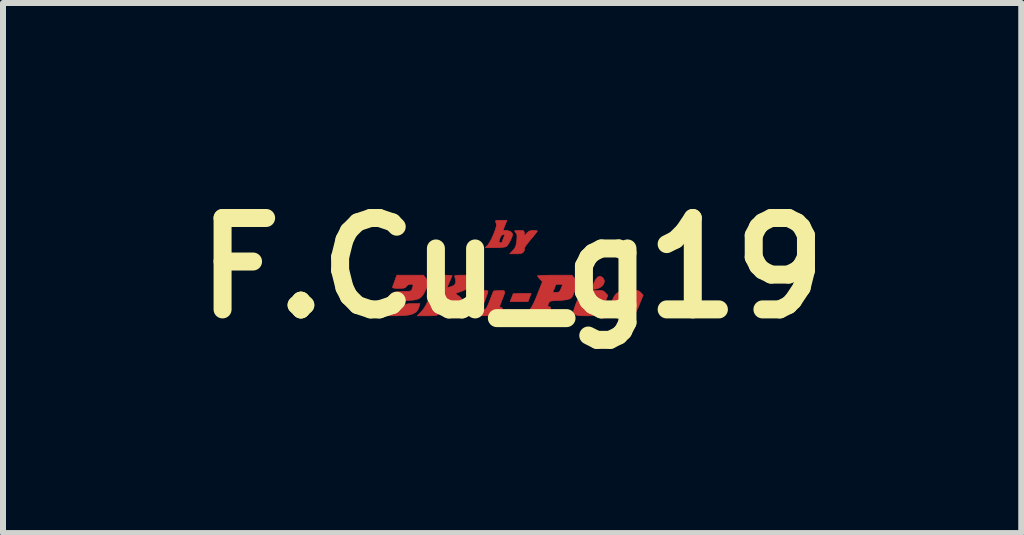
<source format=kicad_pcb>
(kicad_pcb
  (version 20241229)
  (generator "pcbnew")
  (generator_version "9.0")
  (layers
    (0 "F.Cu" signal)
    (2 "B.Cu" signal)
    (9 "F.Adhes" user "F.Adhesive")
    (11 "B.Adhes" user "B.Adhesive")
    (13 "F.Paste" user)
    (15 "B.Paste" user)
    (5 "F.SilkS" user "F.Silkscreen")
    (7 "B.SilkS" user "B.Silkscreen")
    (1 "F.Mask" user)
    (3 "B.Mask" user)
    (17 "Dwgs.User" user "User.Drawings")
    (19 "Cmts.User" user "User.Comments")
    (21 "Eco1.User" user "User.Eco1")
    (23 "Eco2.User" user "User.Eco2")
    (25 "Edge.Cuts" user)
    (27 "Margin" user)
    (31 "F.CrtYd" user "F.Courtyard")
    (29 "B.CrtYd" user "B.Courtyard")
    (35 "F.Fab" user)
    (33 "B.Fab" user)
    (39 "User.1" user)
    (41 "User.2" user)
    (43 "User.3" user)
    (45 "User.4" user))
  (footprint "F.Cu_g19"
    (layer "F.Cu")
    (at 5.486 1.418)
    (property "Reference" "F.Cu_g19" (at 0 0 0) (layer "F.SilkS") (effects (font (size 1.524 1.524) (thickness 0.3))))
    (attr through_hole)
    (fp_poly (pts (xy 0.292 0.491) (xy 0.266 0.559) (xy -0.034 0.559) (xy -0.009 0.497) (xy 0.008 0.457) (xy 0.016 0.432) (xy 0.017 0.43) (xy 0.033 0.427) (xy 0.075 0.425) (xy 0.135 0.423) (xy 0.168 0.423) (xy 0.319 0.423) (xy 0.292 0.491)) (stroke (width 0.01) (type solid)) (fill yes) (layer "F.Cu"))
    (fp_poly (pts (xy 1.512 0.16) (xy 1.514 0.162) (xy 1.538 0.205) (xy 1.533 0.252) (xy 1.505 0.296) (xy 1.456 0.331) (xy 1.393 0.35) (xy 1.392 0.35) (xy 1.319 0.36) (xy 1.355 0.269) (xy 1.392 0.191) (xy 1.431 0.147) (xy 1.471 0.137) (xy 1.512 0.16)) (stroke (width 0.01) (type solid)) (fill yes) (layer "F.Cu"))
    (fp_poly (pts (xy 0.396 -0.625) (xy 0.421 -0.62) (xy 0.423 -0.618) (xy 0.413 -0.602) (xy 0.385 -0.566) (xy 0.344 -0.516) (xy 0.305 -0.47) (xy 0.259 -0.413) (xy 0.224 -0.365) (xy 0.205 -0.333) (xy 0.203 -0.322) (xy 0.207 -0.302) (xy 0.194 -0.274) (xy 0.173 -0.253) (xy 0.144 -0.242) (xy 0.096 -0.237) (xy 0.063 -0.237) (xy -0.041 -0.237) (xy 0.012 -0.292) (xy 0.045 -0.332) (xy 0.064 -0.376) (xy 0.075 -0.437) (xy 0.077 -0.453) (xy 0.082 -0.516) (xy 0.08 -0.555) (xy 0.068 -0.582) (xy 0.059 -0.593) (xy 0.043 -0.613) (xy 0.045 -0.623) (xy 0.07 -0.626) (xy 0.116 -0.627) (xy 0.167 -0.625) (xy 0.193 -0.619) (xy 0.202 -0.602) (xy 0.204 -0.58) (xy 0.204 -0.533) (xy 0.243 -0.58) (xy 0.277 -0.612) (xy 0.319 -0.625) (xy 0.352 -0.627) (xy 0.396 -0.625)) (stroke (width 0.01) (type solid)) (fill yes) (layer "F.Cu"))
    (fp_poly (pts (xy -0.119 -0.711) (xy -0.152 -0.627) (xy -0.096 -0.627) (xy -0.042 -0.616) (xy -0.01 -0.595) (xy 0.005 -0.575) (xy 0.008 -0.554) (xy -0.001 -0.522) (xy -0.023 -0.469) (xy -0.051 -0.416) (xy -0.08 -0.374) (xy -0.099 -0.357) (xy -0.131 -0.349) (xy -0.186 -0.343) (xy -0.256 -0.339) (xy -0.29 -0.339) (xy -0.447 -0.339) (xy -0.404 -0.385) (xy -0.378 -0.423) (xy -0.373 -0.432) (xy -0.218 -0.432) (xy -0.206 -0.424) (xy -0.195 -0.423) (xy -0.172 -0.427) (xy -0.169 -0.43) (xy -0.163 -0.448) (xy -0.149 -0.485) (xy -0.144 -0.497) (xy -0.129 -0.537) (xy -0.128 -0.554) (xy -0.143 -0.559) (xy -0.149 -0.559) (xy -0.178 -0.543) (xy -0.2 -0.503) (xy -0.215 -0.456) (xy -0.218 -0.432) (xy -0.373 -0.432) (xy -0.346 -0.481) (xy -0.314 -0.55) (xy -0.305 -0.572) (xy -0.278 -0.644) (xy -0.264 -0.692) (xy -0.261 -0.725) (xy -0.267 -0.751) (xy -0.268 -0.754) (xy -0.277 -0.777) (xy -0.274 -0.79) (xy -0.251 -0.795) (xy -0.202 -0.796) (xy -0.186 -0.796) (xy -0.085 -0.796) (xy -0.119 -0.711)) (stroke (width 0.01) (type solid)) (fill yes) (layer "F.Cu"))
    (fp_poly (pts (xy 2.076 0.374) (xy 2.107 0.38) (xy 2.128 0.393) (xy 2.146 0.41) (xy 2.185 0.451) (xy 2.131 0.585) (xy 2.097 0.668) (xy 2.067 0.725) (xy 2.035 0.76) (xy 1.992 0.78) (xy 1.932 0.789) (xy 1.847 0.793) (xy 1.841 0.793) (xy 1.761 0.795) (xy 1.709 0.794) (xy 1.675 0.789) (xy 1.653 0.779) (xy 1.635 0.763) (xy 1.634 0.762) (xy 1.616 0.739) (xy 1.61 0.717) (xy 1.616 0.69) (xy 1.812 0.69) (xy 1.826 0.693) (xy 1.858 0.691) (xy 1.885 0.683) (xy 1.907 0.662) (xy 1.928 0.62) (xy 1.942 0.585) (xy 1.962 0.532) (xy 1.976 0.493) (xy 1.981 0.478) (xy 1.967 0.475) (xy 1.937 0.477) (xy 1.91 0.486) (xy 1.887 0.51) (xy 1.864 0.555) (xy 1.853 0.583) (xy 1.832 0.636) (xy 1.817 0.674) (xy 1.812 0.69) (xy 1.616 0.69) (xy 1.617 0.683) (xy 1.63 0.645) (xy 1.666 0.548) (xy 1.698 0.478) (xy 1.732 0.431) (xy 1.774 0.402) (xy 1.829 0.386) (xy 1.904 0.378) (xy 1.954 0.376) (xy 2.028 0.373) (xy 2.076 0.374)) (stroke (width 0.01) (type solid)) (fill yes) (layer "F.Cu"))
    (fp_poly (pts (xy -0.484 0.373) (xy -0.435 0.376) (xy -0.406 0.38) (xy -0.403 0.382) (xy -0.404 0.401) (xy -0.417 0.443) (xy -0.438 0.502) (xy -0.45 0.534) (xy -0.476 0.598) (xy -0.495 0.649) (xy -0.507 0.68) (xy -0.508 0.686) (xy -0.494 0.692) (xy -0.47 0.694) (xy -0.45 0.69) (xy -0.432 0.673) (xy -0.412 0.638) (xy -0.387 0.579) (xy -0.371 0.538) (xy -0.309 0.381) (xy -0.214 0.376) (xy -0.164 0.374) (xy -0.135 0.379) (xy -0.123 0.395) (xy -0.128 0.429) (xy -0.149 0.485) (xy -0.168 0.533) (xy -0.192 0.594) (xy -0.204 0.63) (xy -0.204 0.648) (xy -0.193 0.655) (xy -0.185 0.657) (xy -0.164 0.664) (xy -0.163 0.68) (xy -0.178 0.712) (xy -0.199 0.746) (xy -0.226 0.769) (xy -0.265 0.784) (xy -0.321 0.792) (xy -0.401 0.795) (xy -0.461 0.796) (xy -0.546 0.795) (xy -0.604 0.793) (xy -0.642 0.787) (xy -0.667 0.778) (xy -0.686 0.763) (xy -0.689 0.76) (xy -0.724 0.724) (xy -0.673 0.599) (xy -0.648 0.536) (xy -0.636 0.495) (xy -0.634 0.468) (xy -0.641 0.446) (xy -0.649 0.434) (xy -0.665 0.402) (xy -0.665 0.383) (xy -0.644 0.378) (xy -0.599 0.374) (xy -0.543 0.373) (xy -0.484 0.373)) (stroke (width 0.01) (type solid)) (fill yes) (layer "F.Cu"))
    (fp_poly (pts (xy 1.483 0.374) (xy 1.514 0.38) (xy 1.535 0.392) (xy 1.556 0.413) (xy 1.596 0.456) (xy 1.563 0.537) (xy 1.53 0.618) (xy 1.388 0.627) (xy 1.316 0.632) (xy 1.272 0.639) (xy 1.248 0.649) (xy 1.24 0.664) (xy 1.239 0.665) (xy 1.248 0.686) (xy 1.274 0.695) (xy 1.304 0.69) (xy 1.326 0.671) (xy 1.327 0.669) (xy 1.347 0.652) (xy 1.393 0.644) (xy 1.422 0.643) (xy 1.479 0.648) (xy 1.506 0.665) (xy 1.501 0.694) (xy 1.466 0.737) (xy 1.458 0.746) (xy 1.433 0.769) (xy 1.41 0.783) (xy 1.379 0.791) (xy 1.333 0.795) (xy 1.264 0.796) (xy 1.24 0.796) (xy 1.16 0.795) (xy 1.107 0.792) (xy 1.074 0.784) (xy 1.052 0.772) (xy 1.043 0.763) (xy 1.029 0.746) (xy 1.024 0.727) (xy 1.028 0.699) (xy 1.043 0.654) (xy 1.068 0.586) (xy 1.069 0.583) (xy 1.103 0.501) (xy 1.103 0.5) (xy 1.304 0.5) (xy 1.318 0.52) (xy 1.344 0.525) (xy 1.38 0.515) (xy 1.395 0.5) (xy 1.393 0.481) (xy 1.365 0.474) (xy 1.354 0.474) (xy 1.314 0.482) (xy 1.304 0.5) (xy 1.103 0.5) (xy 1.134 0.445) (xy 1.172 0.409) (xy 1.223 0.389) (xy 1.295 0.379) (xy 1.361 0.376) (xy 1.435 0.373) (xy 1.483 0.374)) (stroke (width 0.01) (type solid)) (fill yes) (layer "F.Cu"))
    (fp_poly (pts (xy 1.048 0.178) (xy 1.1 0.237) (xy 1.065 0.326) (xy 1.043 0.382) (xy 1.024 0.43) (xy 1.016 0.449) (xy 0.997 0.485) (xy 0.967 0.51) (xy 0.921 0.526) (xy 0.853 0.535) (xy 0.784 0.539) (xy 0.71 0.543) (xy 0.661 0.548) (xy 0.633 0.555) (xy 0.618 0.568) (xy 0.609 0.587) (xy 0.608 0.587) (xy 0.595 0.625) (xy 0.597 0.64) (xy 0.614 0.643) (xy 0.618 0.643) (xy 0.64 0.654) (xy 0.641 0.682) (xy 0.623 0.719) (xy 0.591 0.752) (xy 0.565 0.772) (xy 0.538 0.785) (xy 0.503 0.792) (xy 0.451 0.795) (xy 0.374 0.796) (xy 0.368 0.796) (xy 0.196 0.796) (xy 0.268 0.723) (xy 0.303 0.682) (xy 0.335 0.634) (xy 0.367 0.57) (xy 0.404 0.485) (xy 0.422 0.439) (xy 0.435 0.406) (xy 0.677 0.406) (xy 0.734 0.406) (xy 0.772 0.403) (xy 0.795 0.385) (xy 0.815 0.345) (xy 0.817 0.339) (xy 0.844 0.271) (xy 0.786 0.271) (xy 0.747 0.273) (xy 0.729 0.277) (xy 0.728 0.277) (xy 0.722 0.296) (xy 0.708 0.333) (xy 0.703 0.345) (xy 0.677 0.406) (xy 0.435 0.406) (xy 0.505 0.229) (xy 0.464 0.185) (xy 0.437 0.153) (xy 0.424 0.132) (xy 0.423 0.13) (xy 0.439 0.126) (xy 0.484 0.123) (xy 0.551 0.121) (xy 0.635 0.119) (xy 0.709 0.119) (xy 0.996 0.119) (xy 1.048 0.178)) (stroke (width 0.01) (type solid)) (fill yes) (layer "F.Cu"))
    (fp_poly (pts (xy -1.432 0.177) (xy -1.387 0.236) (xy -1.434 0.349) (xy -1.472 0.428) (xy -1.512 0.482) (xy -1.561 0.514) (xy -1.629 0.532) (xy -1.718 0.539) (xy -1.788 0.543) (xy -1.831 0.548) (xy -1.855 0.557) (xy -1.866 0.572) (xy -1.869 0.582) (xy -1.878 0.622) (xy -1.87 0.639) (xy -1.842 0.643) (xy -1.837 0.643) (xy -1.801 0.634) (xy -1.784 0.618) (xy -1.769 0.604) (xy -1.735 0.596) (xy -1.674 0.593) (xy -1.656 0.593) (xy -1.537 0.593) (xy -1.549 0.639) (xy -1.569 0.693) (xy -1.601 0.734) (xy -1.65 0.763) (xy -1.719 0.782) (xy -1.812 0.792) (xy -1.935 0.796) (xy -1.955 0.796) (xy -2.039 0.795) (xy -2.109 0.794) (xy -2.159 0.793) (xy -2.183 0.79) (xy -2.184 0.79) (xy -2.179 0.772) (xy -2.164 0.73) (xy -2.142 0.67) (xy -2.125 0.625) (xy -2.088 0.532) (xy -2.051 0.467) (xy -2.008 0.425) (xy -1.951 0.402) (xy -1.875 0.392) (xy -1.786 0.389) (xy -1.726 0.388) (xy -1.691 0.381) (xy -1.675 0.368) (xy -1.672 0.36) (xy -1.658 0.317) (xy -1.651 0.301) (xy -1.653 0.279) (xy -1.677 0.269) (xy -1.71 0.271) (xy -1.742 0.285) (xy -1.761 0.305) (xy -1.776 0.324) (xy -1.802 0.334) (xy -1.848 0.338) (xy -1.89 0.339) (xy -1.953 0.337) (xy -1.986 0.331) (xy -1.994 0.319) (xy -1.994 0.318) (xy -1.984 0.29) (xy -1.967 0.244) (xy -1.954 0.207) (xy -1.922 0.119) (xy -1.477 0.119) (xy -1.432 0.177)) (stroke (width 0.01) (type solid)) (fill yes) (layer "F.Cu"))
    (fp_poly (pts (xy -0.638 0.195) (xy -0.662 0.248) (xy -0.687 0.27) (xy -0.694 0.271) (xy -0.722 0.286) (xy -0.735 0.312) (xy -0.751 0.339) (xy -0.787 0.364) (xy -0.848 0.39) (xy -0.93 0.417) (xy -0.937 0.429) (xy -0.911 0.451) (xy -0.9 0.458) (xy -0.851 0.497) (xy -0.832 0.538) (xy -0.841 0.59) (xy -0.842 0.595) (xy -0.853 0.629) (xy -0.845 0.642) (xy -0.828 0.643) (xy -0.802 0.648) (xy -0.796 0.653) (xy -0.806 0.684) (xy -0.831 0.726) (xy -0.86 0.762) (xy -0.88 0.778) (xy -0.907 0.785) (xy -0.953 0.791) (xy -1.01 0.795) (xy -1.068 0.797) (xy -1.117 0.796) (xy -1.146 0.792) (xy -1.151 0.789) (xy -1.145 0.772) (xy -1.129 0.731) (xy -1.106 0.675) (xy -1.1 0.66) (xy -1.076 0.603) (xy -1.059 0.559) (xy -1.053 0.536) (xy -1.053 0.535) (xy -1.071 0.527) (xy -1.103 0.512) (xy -1.133 0.503) (xy -1.151 0.51) (xy -1.167 0.54) (xy -1.175 0.56) (xy -1.194 0.608) (xy -1.2 0.633) (xy -1.194 0.642) (xy -1.177 0.643) (xy -1.155 0.654) (xy -1.156 0.682) (xy -1.178 0.721) (xy -1.201 0.746) (xy -1.225 0.769) (xy -1.249 0.784) (xy -1.28 0.792) (xy -1.326 0.795) (xy -1.397 0.796) (xy -1.416 0.796) (xy -1.582 0.796) (xy -1.512 0.724) (xy -1.476 0.682) (xy -1.443 0.629) (xy -1.408 0.56) (xy -1.368 0.466) (xy -1.357 0.44) (xy -1.273 0.229) (xy -1.314 0.185) (xy -1.341 0.153) (xy -1.354 0.132) (xy -1.355 0.13) (xy -1.339 0.125) (xy -1.296 0.122) (xy -1.234 0.119) (xy -1.177 0.119) (xy -1.104 0.119) (xy -1.045 0.121) (xy -1.008 0.123) (xy -0.999 0.125) (xy -1.005 0.142) (xy -1.022 0.182) (xy -1.042 0.228) (xy -1.085 0.325) (xy -1.029 0.313) (xy -0.97 0.291) (xy -0.941 0.253) (xy -0.94 0.198) (xy -0.956 0.148) (xy -0.959 0.135) (xy -0.951 0.126) (xy -0.926 0.121) (xy -0.879 0.119) (xy -0.804 0.119) (xy -0.79 0.119) (xy -0.612 0.119) (xy -0.638 0.195)) (stroke (width 0.01) (type solid)) (fill yes) (layer "F.Cu")))
  (gr_rect
    (start -3 -3)
    (end 13.973 5.836)
    (stroke (width 0.1) (type default))
    (fill no)
    (layer "Edge.Cuts")))
</source>
